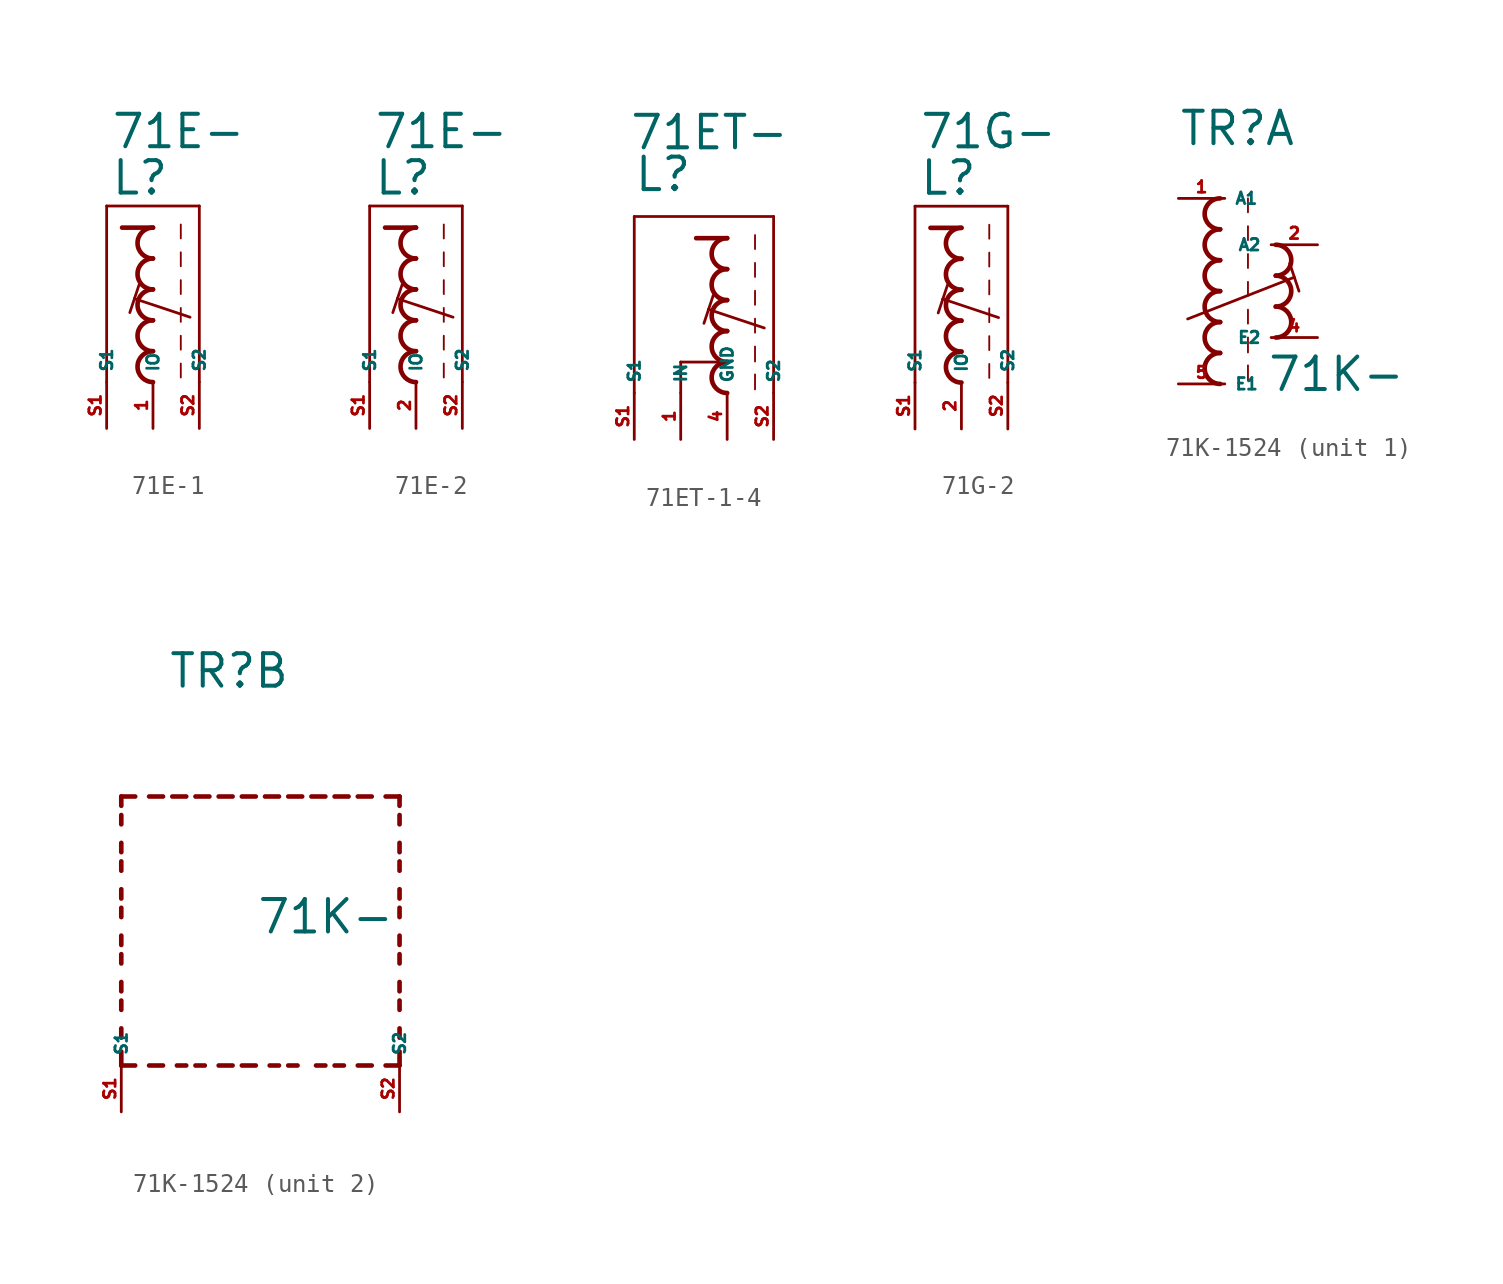
<source format=kicad_sym>
(kicad_symbol_lib
  (version 20220914)
  (generator kicad_symbol_editor)
  (symbol "71E-1"
    (property "Reference" "L"
      (at -2.34 5.08 0)
      (effects (font (size 1.778 1.778) (thickness 0.22)) (justify left bottom)))
    (property "Value" "71E-"
      (at -2.34 7.62 0)
      (effects (font (size 1.778 1.778) (thickness 0.22)) (justify left bottom)))
    (symbol "71E-1_1_1"
      (arc (start 0 -3.3866) (mid -0.8464 -4.2333) (end 0 -5.08) (stroke (width 0.254) (type default)) (fill (type none)))
      (arc (start 0 -1.6932) (mid -0.8464 -2.5399) (end 0 -3.3866) (stroke (width 0.254) (type default)) (fill (type none)))
      (arc (start 0 0) (mid -0.8464 -0.8467) (end 0 -1.6934) (stroke (width 0.254) (type default)) (fill (type none)))
      (polyline (pts (xy -2.54 -5.08) (xy -2.54 4.572)) (stroke (width 0.152) (type default)) (fill (type none)))
      (polyline (pts (xy -2.54 4.572) (xy 2.54 4.572)) (stroke (width 0.152) (type default)) (fill (type none)))
      (polyline (pts (xy -1.016 -0.508) (xy -1.27 -1.27)) (stroke (width 0.152) (type default)) (fill (type none)))
      (polyline (pts (xy -0.762 0.254) (xy -1.016 -0.508)) (stroke (width 0.152) (type default)) (fill (type none)))
      (polyline (pts (xy 0 3.387) (xy -1.693 3.387)) (stroke (width 0.254) (type default)) (fill (type none)))
      (polyline (pts (xy 1.524 -4.064) (xy 1.524 -4.826)) (stroke (width 0.102) (type default)) (fill (type none)))
      (polyline (pts (xy 1.524 -2.54) (xy 1.524 -3.302)) (stroke (width 0.102) (type default)) (fill (type none)))
      (polyline (pts (xy 1.524 -1.016) (xy 1.524 -1.778)) (stroke (width 0.102) (type default)) (fill (type none)))
      (polyline (pts (xy 1.524 0.508) (xy 1.524 -0.254)) (stroke (width 0.102) (type default)) (fill (type none)))
      (polyline (pts (xy 1.524 2.032) (xy 1.524 1.27)) (stroke (width 0.102) (type default)) (fill (type none)))
      (polyline (pts (xy 1.524 3.556) (xy 1.524 2.794)) (stroke (width 0.102) (type default)) (fill (type none)))
      (polyline (pts (xy 2.032 -1.524) (xy -1.016 -0.508)) (stroke (width 0.152) (type default)) (fill (type none)))
      (polyline (pts (xy 2.54 4.572) (xy 2.54 -5.08)) (stroke (width 0.152) (type default)) (fill (type none)))
      (arc (start 0 1.6934) (mid -0.8464 0.8467) (end 0 0) (stroke (width 0.254) (type default)) (fill (type none)))
      (arc (start 0 3.3866) (mid -0.8462 2.54) (end 0 1.6934) (stroke (width 0.254) (type default)) (fill (type none)))
      (pin passive line (at 0 -7.62 90) (length 2.54) (name "IO" (effects (font (size 0.635 0.635)))) (number "1" (effects (font (size 0.635 0.635)))))
      (pin passive line (at -2.54 -7.62 90) (length 2.54) (name "S1" (effects (font (size 0.635 0.635)))) (number "S1" (effects (font (size 0.635 0.635)))))
      (pin passive line (at 2.54 -7.62 90) (length 2.54) (name "S2" (effects (font (size 0.635 0.635)))) (number "S2" (effects (font (size 0.635 0.635)))))))
  (symbol "71E-2"
    (property "Reference" "L"
      (at -2.34 5.08 0)
      (effects (font (size 1.778 1.778) (thickness 0.22)) (justify left bottom)))
    (property "Value" "71E-"
      (at -2.34 7.62 0)
      (effects (font (size 1.778 1.778) (thickness 0.22)) (justify left bottom)))
    (symbol "71E-2_1_1"
      (arc (start 0 -3.3866) (mid -0.8464 -4.2333) (end 0 -5.08) (stroke (width 0.254) (type default)) (fill (type none)))
      (arc (start 0 -1.6932) (mid -0.8464 -2.5399) (end 0 -3.3866) (stroke (width 0.254) (type default)) (fill (type none)))
      (arc (start 0 0) (mid -0.8464 -0.8467) (end 0 -1.6934) (stroke (width 0.254) (type default)) (fill (type none)))
      (polyline (pts (xy -2.54 -5.08) (xy -2.54 4.572)) (stroke (width 0.152) (type default)) (fill (type none)))
      (polyline (pts (xy -2.54 4.572) (xy 2.54 4.572)) (stroke (width 0.152) (type default)) (fill (type none)))
      (polyline (pts (xy -1.016 -0.508) (xy -1.27 -1.27)) (stroke (width 0.152) (type default)) (fill (type none)))
      (polyline (pts (xy -0.762 0.254) (xy -1.016 -0.508)) (stroke (width 0.152) (type default)) (fill (type none)))
      (polyline (pts (xy 0 3.387) (xy -1.693 3.387)) (stroke (width 0.254) (type default)) (fill (type none)))
      (polyline (pts (xy 1.524 -4.064) (xy 1.524 -4.826)) (stroke (width 0.102) (type default)) (fill (type none)))
      (polyline (pts (xy 1.524 -2.54) (xy 1.524 -3.302)) (stroke (width 0.102) (type default)) (fill (type none)))
      (polyline (pts (xy 1.524 -1.016) (xy 1.524 -1.778)) (stroke (width 0.102) (type default)) (fill (type none)))
      (polyline (pts (xy 1.524 0.508) (xy 1.524 -0.254)) (stroke (width 0.102) (type default)) (fill (type none)))
      (polyline (pts (xy 1.524 2.032) (xy 1.524 1.27)) (stroke (width 0.102) (type default)) (fill (type none)))
      (polyline (pts (xy 1.524 3.556) (xy 1.524 2.794)) (stroke (width 0.102) (type default)) (fill (type none)))
      (polyline (pts (xy 2.032 -1.524) (xy -1.016 -0.508)) (stroke (width 0.152) (type default)) (fill (type none)))
      (polyline (pts (xy 2.54 4.572) (xy 2.54 -5.08)) (stroke (width 0.152) (type default)) (fill (type none)))
      (arc (start 0 1.6934) (mid -0.8464 0.8467) (end 0 0) (stroke (width 0.254) (type default)) (fill (type none)))
      (arc (start 0 3.3866) (mid -0.8462 2.54) (end 0 1.6934) (stroke (width 0.254) (type default)) (fill (type none)))
      (pin passive line (at 0 -7.62 90) (length 2.54) (name "IO" (effects (font (size 0.635 0.635)))) (number "2" (effects (font (size 0.635 0.635)))))
      (pin passive line (at -2.54 -7.62 90) (length 2.54) (name "S1" (effects (font (size 0.635 0.635)))) (number "S1" (effects (font (size 0.635 0.635)))))
      (pin passive line (at 2.54 -7.62 90) (length 2.54) (name "S2" (effects (font (size 0.635 0.635)))) (number "S2" (effects (font (size 0.635 0.635)))))))
  (symbol "71ET-1-4"
    (property "Reference" "L"
      (at -5.134 5.842 0)
      (effects (font (size 1.778 1.778) (thickness 0.22)) (justify left bottom)))
    (property "Value" "71ET-"
      (at -5.388 8.128 0)
      (effects (font (size 1.778 1.778) (thickness 0.22)) (justify left bottom)))
    (symbol "71ET-1-4_1_1"
      (arc (start 0 -3.3866) (mid -0.8464 -4.2333) (end 0 -5.08) (stroke (width 0.254) (type default)) (fill (type none)))
      (arc (start 0 -1.6932) (mid -0.8464 -2.5399) (end 0 -3.3866) (stroke (width 0.254) (type default)) (fill (type none)))
      (arc (start 0 0) (mid -0.8464 -0.8467) (end 0 -1.6934) (stroke (width 0.254) (type default)) (fill (type none)))
      (polyline (pts (xy -5.08 -5.08) (xy -5.08 4.572)) (stroke (width 0.152) (type default)) (fill (type none)))
      (polyline (pts (xy -5.08 4.572) (xy 2.54 4.572)) (stroke (width 0.152) (type default)) (fill (type none)))
      (polyline (pts (xy -2.54 -3.387) (xy -2.54 -5.08)) (stroke (width 0.152) (type default)) (fill (type none)))
      (polyline (pts (xy -1.016 -0.508) (xy -1.27 -1.27)) (stroke (width 0.152) (type default)) (fill (type none)))
      (polyline (pts (xy -0.762 0.254) (xy -1.016 -0.508)) (stroke (width 0.152) (type default)) (fill (type none)))
      (polyline (pts (xy 0 -3.387) (xy -2.54 -3.387)) (stroke (width 0.152) (type default)) (fill (type none)))
      (polyline (pts (xy 0 3.387) (xy -1.693 3.387)) (stroke (width 0.254) (type default)) (fill (type none)))
      (polyline (pts (xy 1.524 -4.064) (xy 1.524 -4.88)) (stroke (width 0.102) (type default)) (fill (type none)))
      (polyline (pts (xy 1.524 -2.54) (xy 1.524 -3.356)) (stroke (width 0.102) (type default)) (fill (type none)))
      (polyline (pts (xy 1.524 -1.016) (xy 1.524 -1.778)) (stroke (width 0.102) (type default)) (fill (type none)))
      (polyline (pts (xy 1.524 0.508) (xy 1.524 -0.254)) (stroke (width 0.102) (type default)) (fill (type none)))
      (polyline (pts (xy 1.524 2.032) (xy 1.524 1.27)) (stroke (width 0.102) (type default)) (fill (type none)))
      (polyline (pts (xy 1.524 3.556) (xy 1.524 2.794)) (stroke (width 0.102) (type default)) (fill (type none)))
      (polyline (pts (xy 2.032 -1.524) (xy -1.016 -0.508)) (stroke (width 0.152) (type default)) (fill (type none)))
      (polyline (pts (xy 2.54 4.572) (xy 2.54 -5.08)) (stroke (width 0.152) (type default)) (fill (type none)))
      (arc (start 0 1.6934) (mid -0.8464 0.8467) (end 0 0) (stroke (width 0.254) (type default)) (fill (type none)))
      (arc (start 0 3.3866) (mid -0.8462 2.54) (end 0 1.6934) (stroke (width 0.254) (type default)) (fill (type none)))
      (pin passive line (at -2.54 -7.62 90) (length 2.54) (name "IN" (effects (font (size 0.635 0.635)))) (number "1" (effects (font (size 0.635 0.635)))))
      (pin passive line (at 0 -7.62 90) (length 2.54) (name "GND" (effects (font (size 0.635 0.635)))) (number "4" (effects (font (size 0.635 0.635)))))
      (pin passive line (at -5.08 -7.62 90) (length 2.54) (name "S1" (effects (font (size 0.635 0.635)))) (number "S1" (effects (font (size 0.635 0.635)))))
      (pin passive line (at 2.54 -7.62 90) (length 2.54) (name "S2" (effects (font (size 0.635 0.635)))) (number "S2" (effects (font (size 0.635 0.635)))))))
  (symbol "71G-2"
    (property "Reference" "L"
      (at -2.34 5.08 0)
      (effects (font (size 1.778 1.778) (thickness 0.22)) (justify left bottom)))
    (property "Value" "71G-"
      (at -2.34 7.62 0)
      (effects (font (size 1.778 1.778) (thickness 0.22)) (justify left bottom)))
    (symbol "71G-2_1_1"
      (arc (start 0 -3.3866) (mid -0.8464 -4.2333) (end 0 -5.08) (stroke (width 0.254) (type default)) (fill (type none)))
      (arc (start 0 -1.6932) (mid -0.8464 -2.5399) (end 0 -3.3866) (stroke (width 0.254) (type default)) (fill (type none)))
      (arc (start 0 0) (mid -0.8464 -0.8467) (end 0 -1.6934) (stroke (width 0.254) (type default)) (fill (type none)))
      (polyline (pts (xy -2.54 -5.08) (xy -2.54 4.572)) (stroke (width 0.152) (type default)) (fill (type none)))
      (polyline (pts (xy -2.54 4.572) (xy 2.54 4.572)) (stroke (width 0.152) (type default)) (fill (type none)))
      (polyline (pts (xy -1.016 -0.508) (xy -1.27 -1.27)) (stroke (width 0.152) (type default)) (fill (type none)))
      (polyline (pts (xy -0.762 0.254) (xy -1.016 -0.508)) (stroke (width 0.152) (type default)) (fill (type none)))
      (polyline (pts (xy 0 3.387) (xy -1.693 3.387)) (stroke (width 0.254) (type default)) (fill (type none)))
      (polyline (pts (xy 1.524 -4.064) (xy 1.524 -4.826)) (stroke (width 0.102) (type default)) (fill (type none)))
      (polyline (pts (xy 1.524 -2.54) (xy 1.524 -3.302)) (stroke (width 0.102) (type default)) (fill (type none)))
      (polyline (pts (xy 1.524 -1.016) (xy 1.524 -1.778)) (stroke (width 0.102) (type default)) (fill (type none)))
      (polyline (pts (xy 1.524 0.508) (xy 1.524 -0.254)) (stroke (width 0.102) (type default)) (fill (type none)))
      (polyline (pts (xy 1.524 2.032) (xy 1.524 1.27)) (stroke (width 0.102) (type default)) (fill (type none)))
      (polyline (pts (xy 1.524 3.556) (xy 1.524 2.794)) (stroke (width 0.102) (type default)) (fill (type none)))
      (polyline (pts (xy 2.032 -1.524) (xy -1.016 -0.508)) (stroke (width 0.152) (type default)) (fill (type none)))
      (polyline (pts (xy 2.54 4.572) (xy 2.54 -5.08)) (stroke (width 0.152) (type default)) (fill (type none)))
      (arc (start 0 1.6934) (mid -0.8464 0.8467) (end 0 0) (stroke (width 0.254) (type default)) (fill (type none)))
      (arc (start 0 3.3866) (mid -0.8462 2.54) (end 0 1.6934) (stroke (width 0.254) (type default)) (fill (type none)))
      (pin passive line (at 0 -7.62 90) (length 2.54) (name "IO" (effects (font (size 0.635 0.635)))) (number "2" (effects (font (size 0.635 0.635)))))
      (pin passive line (at -2.54 -7.62 90) (length 2.54) (name "S1" (effects (font (size 0.635 0.635)))) (number "S1" (effects (font (size 0.635 0.635)))))
      (pin passive line (at 2.54 -7.62 90) (length 2.54) (name "S2" (effects (font (size 0.635 0.635)))) (number "S2" (effects (font (size 0.635 0.635)))))))
  (symbol "71K-1524"
    (property "Reference" "TR"
      (at -2.54 7.874 0)
      (effects (font (size 1.778 1.778) (thickness 0.22)) (justify left bottom)))
    (property "Value" "71K-"
      (at 2.286 -5.588 0)
      (effects (font (size 1.778 1.778) (thickness 0.22)) (justify left bottom)))
    (symbol "71K-1524_1_0"
      (arc (start -0.254 -3.3866) (mid -1.1004 -4.2333) (end -0.254 -5.08) (stroke (width 0.254) (type default)) (fill (type none)))
      (arc (start -0.254 -1.6932) (mid -1.1004 -2.5399) (end -0.254 -3.3866) (stroke (width 0.254) (type default)) (fill (type none)))
      (arc (start -0.254 0) (mid -1.1004 -0.8467) (end -0.254 -1.6934) (stroke (width 0.254) (type default)) (fill (type none)))
      (arc (start -0.254 1.6934) (mid -1.1004 0.8467) (end -0.254 0) (stroke (width 0.254) (type default)) (fill (type none)))
      (arc (start -0.254 3.3866) (mid -1.1002 2.54) (end -0.254 1.6934) (stroke (width 0.254) (type default)) (fill (type none)))
      (arc (start -0.254 5.08) (mid -1.1004 4.2333) (end -0.254 3.3866) (stroke (width 0.254) (type default)) (fill (type none)))
      (polyline (pts (xy -2.032 -1.524) (xy 3.81 0.762)) (stroke (width 0.152) (type default)) (fill (type none)))
      (polyline (pts (xy 1.27 -4.064) (xy 1.27 -4.88)) (stroke (width 0.102) (type default)) (fill (type none)))
      (polyline (pts (xy 1.27 -2.54) (xy 1.27 -3.356)) (stroke (width 0.102) (type default)) (fill (type none)))
      (polyline (pts (xy 1.27 -1.016) (xy 1.27 -1.778)) (stroke (width 0.102) (type default)) (fill (type none)))
      (polyline (pts (xy 1.27 0.508) (xy 1.27 -0.254)) (stroke (width 0.102) (type default)) (fill (type none)))
      (polyline (pts (xy 1.27 2.032) (xy 1.27 1.27)) (stroke (width 0.102) (type default)) (fill (type none)))
      (polyline (pts (xy 1.27 3.556) (xy 1.27 2.794)) (stroke (width 0.102) (type default)) (fill (type none)))
      (polyline (pts (xy 1.27 5.08) (xy 1.27 4.318)) (stroke (width 0.102) (type default)) (fill (type none)))
      (polyline (pts (xy 3.556 1.524) (xy 4.064 0)) (stroke (width 0.152) (type default)) (fill (type none)))
      (arc (start 2.794 -2.54) (mid 3.6404 -1.6933) (end 2.794 -0.8466) (stroke (width 0.254) (type default)) (fill (type none)))
      (arc (start 2.794 -0.8466) (mid 3.6402 0) (end 2.794 0.8466) (stroke (width 0.254) (type default)) (fill (type none)))
      (arc (start 2.794 0.8466) (mid 3.6404 1.6933) (end 2.794 2.54) (stroke (width 0.254) (type default)) (fill (type none)))
      (pin passive line (at -2.54 5.08 0) (length 2.54) (name "A1" (effects (font (size 0.635 0.635)))) (number "1" (effects (font (size 0.635 0.635)))))
      (pin passive line (at 5.08 2.54 180) (length 2.54) (name "A2" (effects (font (size 0.635 0.635)))) (number "2" (effects (font (size 0.635 0.635)))))
      (pin passive line (at 5.08 -2.54 180) (length 2.54) (name "E2" (effects (font (size 0.635 0.635)))) (number "4" (effects (font (size 0.635 0.635)))))
      (pin passive line (at -2.54 -5.08 0) (length 2.54) (name "E1" (effects (font (size 0.635 0.635)))) (number "5" (effects (font (size 0.635 0.635))))))
    (symbol "71K-1524_2_0"
      (polyline (pts (xy -5.08 -12.7) (xy -5.08 -11.938)) (stroke (width 0.254) (type default)) (fill (type none)))
      (polyline (pts (xy -5.08 -12.7) (xy -4.318 -12.7)) (stroke (width 0.254) (type default)) (fill (type none)))
      (polyline (pts (xy -5.08 -11.176) (xy -5.08 -10.668)) (stroke (width 0.254) (type default)) (fill (type none)))
      (polyline (pts (xy -5.08 -9.652) (xy -5.08 -9.144)) (stroke (width 0.254) (type default)) (fill (type none)))
      (polyline (pts (xy -5.08 -8.636) (xy -5.08 -8.128)) (stroke (width 0.254) (type default)) (fill (type none)))
      (polyline (pts (xy -5.08 -7.112) (xy -5.08 -6.604)) (stroke (width 0.254) (type default)) (fill (type none)))
      (polyline (pts (xy -5.08 -6.096) (xy -5.08 -5.588)) (stroke (width 0.254) (type default)) (fill (type none)))
      (polyline (pts (xy -5.08 -4.572) (xy -5.08 -4.064)) (stroke (width 0.254) (type default)) (fill (type none)))
      (polyline (pts (xy -5.08 -3.556) (xy -5.08 -3.048)) (stroke (width 0.254) (type default)) (fill (type none)))
      (polyline (pts (xy -5.08 -2.032) (xy -5.08 -1.524)) (stroke (width 0.254) (type default)) (fill (type none)))
      (polyline (pts (xy -5.08 -1.016) (xy -5.08 -0.508)) (stroke (width 0.254) (type default)) (fill (type none)))
      (polyline (pts (xy -5.08 0.508) (xy -5.08 1.016)) (stroke (width 0.254) (type default)) (fill (type none)))
      (polyline (pts (xy -5.08 1.524) (xy -5.08 2.032)) (stroke (width 0.254) (type default)) (fill (type none)))
      (polyline (pts (xy -5.08 2.032) (xy -4.318 2.032)) (stroke (width 0.254) (type default)) (fill (type none)))
      (polyline (pts (xy -3.556 -12.7) (xy -2.794 -12.7)) (stroke (width 0.254) (type default)) (fill (type none)))
      (polyline (pts (xy -3.556 2.032) (xy -2.794 2.032)) (stroke (width 0.254) (type default)) (fill (type none)))
      (polyline (pts (xy -1.524 -12.7) (xy -2.032 -12.7)) (stroke (width 0.254) (type default)) (fill (type none)))
      (polyline (pts (xy -1.524 2.032) (xy -2.286 2.032)) (stroke (width 0.254) (type default)) (fill (type none)))
      (polyline (pts (xy -1.016 2.032) (xy -0.254 2.032)) (stroke (width 0.254) (type default)) (fill (type none)))
      (polyline (pts (xy -0.508 -12.7) (xy -1.016 -12.7)) (stroke (width 0.254) (type default)) (fill (type none)))
      (polyline (pts (xy 1.016 -12.7) (xy 0.254 -12.7)) (stroke (width 0.254) (type default)) (fill (type none)))
      (polyline (pts (xy 1.016 2.032) (xy 0.254 2.032)) (stroke (width 0.254) (type default)) (fill (type none)))
      (polyline (pts (xy 1.524 -12.7) (xy 2.286 -12.7)) (stroke (width 0.254) (type default)) (fill (type none)))
      (polyline (pts (xy 1.524 2.032) (xy 2.286 2.032)) (stroke (width 0.254) (type default)) (fill (type none)))
      (polyline (pts (xy 3.556 -12.7) (xy 3.048 -12.7)) (stroke (width 0.254) (type default)) (fill (type none)))
      (polyline (pts (xy 3.556 2.032) (xy 2.794 2.032)) (stroke (width 0.254) (type default)) (fill (type none)))
      (polyline (pts (xy 4.064 2.032) (xy 4.826 2.032)) (stroke (width 0.254) (type default)) (fill (type none)))
      (polyline (pts (xy 4.572 -12.7) (xy 4.064 -12.7)) (stroke (width 0.254) (type default)) (fill (type none)))
      (polyline (pts (xy 6.096 -12.7) (xy 5.588 -12.7)) (stroke (width 0.254) (type default)) (fill (type none)))
      (polyline (pts (xy 6.096 2.032) (xy 5.334 2.032)) (stroke (width 0.254) (type default)) (fill (type none)))
      (polyline (pts (xy 6.604 2.032) (xy 7.366 2.032)) (stroke (width 0.254) (type default)) (fill (type none)))
      (polyline (pts (xy 7.112 -12.7) (xy 6.604 -12.7)) (stroke (width 0.254) (type default)) (fill (type none)))
      (polyline (pts (xy 8.636 -12.7) (xy 7.874 -12.7)) (stroke (width 0.254) (type default)) (fill (type none)))
      (polyline (pts (xy 8.636 2.032) (xy 7.874 2.032)) (stroke (width 0.254) (type default)) (fill (type none)))
      (polyline (pts (xy 10.16 -12.7) (xy 9.398 -12.7)) (stroke (width 0.254) (type default)) (fill (type none)))
      (polyline (pts (xy 10.16 -12.7) (xy 10.16 -11.938)) (stroke (width 0.254) (type default)) (fill (type none)))
      (polyline (pts (xy 10.16 -11.176) (xy 10.16 -10.668)) (stroke (width 0.254) (type default)) (fill (type none)))
      (polyline (pts (xy 10.16 -9.652) (xy 10.16 -9.144)) (stroke (width 0.254) (type default)) (fill (type none)))
      (polyline (pts (xy 10.16 -8.636) (xy 10.16 -8.128)) (stroke (width 0.254) (type default)) (fill (type none)))
      (polyline (pts (xy 10.16 -7.112) (xy 10.16 -6.604)) (stroke (width 0.254) (type default)) (fill (type none)))
      (polyline (pts (xy 10.16 -6.096) (xy 10.16 -5.588)) (stroke (width 0.254) (type default)) (fill (type none)))
      (polyline (pts (xy 10.16 -4.572) (xy 10.16 -4.064)) (stroke (width 0.254) (type default)) (fill (type none)))
      (polyline (pts (xy 10.16 -3.556) (xy 10.16 -3.048)) (stroke (width 0.254) (type default)) (fill (type none)))
      (polyline (pts (xy 10.16 -2.032) (xy 10.16 -1.524)) (stroke (width 0.254) (type default)) (fill (type none)))
      (polyline (pts (xy 10.16 -1.016) (xy 10.16 -0.508)) (stroke (width 0.254) (type default)) (fill (type none)))
      (polyline (pts (xy 10.16 0.508) (xy 10.16 1.016)) (stroke (width 0.254) (type default)) (fill (type none)))
      (polyline (pts (xy 10.16 1.524) (xy 10.16 2.032)) (stroke (width 0.254) (type default)) (fill (type none)))
      (polyline (pts (xy 10.16 2.032) (xy 9.398 2.032)) (stroke (width 0.254) (type default)) (fill (type none)))
      (pin passive line (at -5.08 -15.24 90) (length 2.54) (name "S1" (effects (font (size 0.635 0.635)))) (number "S1" (effects (font (size 0.635 0.635)))))
      (pin passive line (at 10.16 -15.24 90) (length 2.54) (name "S2" (effects (font (size 0.635 0.635)))) (number "S2" (effects (font (size 0.635 0.635))))))))
</source>
